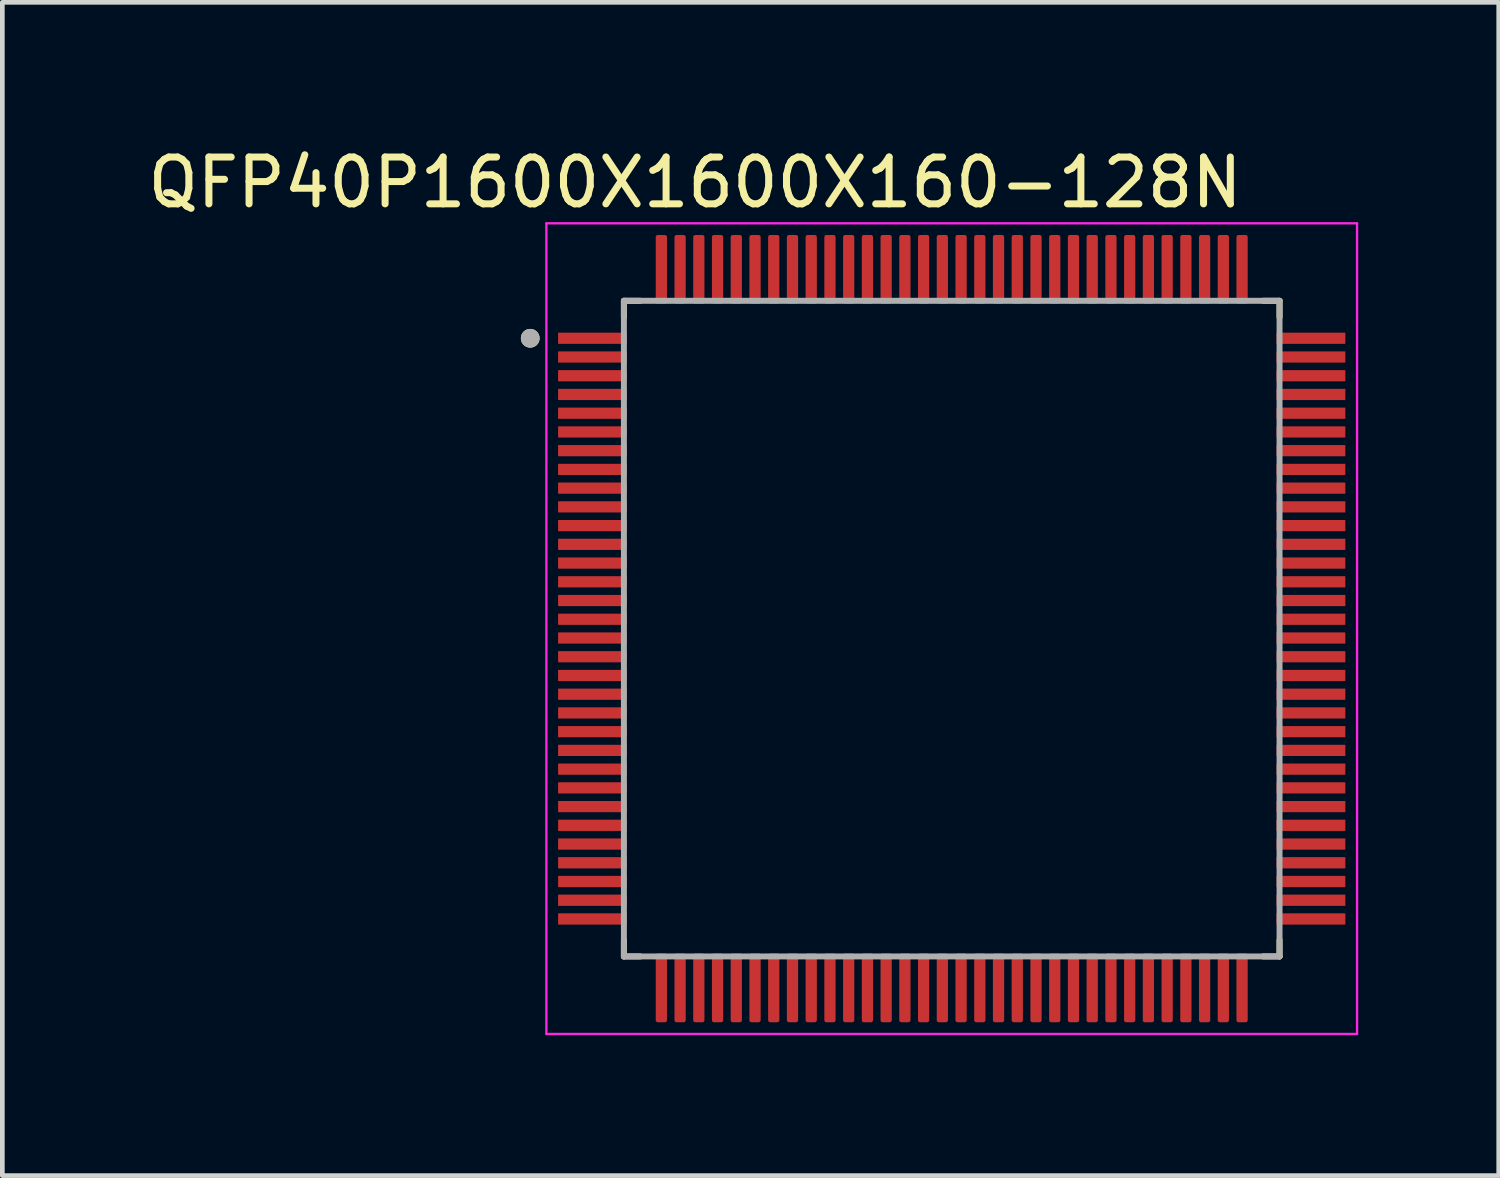
<source format=kicad_pcb>
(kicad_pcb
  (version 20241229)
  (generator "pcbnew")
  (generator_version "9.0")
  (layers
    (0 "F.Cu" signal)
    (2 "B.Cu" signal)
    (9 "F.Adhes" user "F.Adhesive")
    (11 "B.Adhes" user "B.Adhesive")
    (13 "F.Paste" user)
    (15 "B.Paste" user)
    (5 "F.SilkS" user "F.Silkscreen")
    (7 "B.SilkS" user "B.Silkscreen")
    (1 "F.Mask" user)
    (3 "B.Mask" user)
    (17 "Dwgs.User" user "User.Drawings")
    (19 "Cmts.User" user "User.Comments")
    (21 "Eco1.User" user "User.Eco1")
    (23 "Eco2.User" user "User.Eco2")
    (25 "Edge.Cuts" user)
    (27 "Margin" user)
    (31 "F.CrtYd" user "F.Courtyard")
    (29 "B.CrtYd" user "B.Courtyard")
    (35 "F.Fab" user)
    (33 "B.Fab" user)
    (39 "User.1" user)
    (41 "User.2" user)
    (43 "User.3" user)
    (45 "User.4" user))
  (footprint "QFP40P1600X1600X160-128N"
    (layer "F.Cu")
    (at 17.272 10.373)
    (property "Reference" "QFP40P1600X1600X160-128N" (at -5.48 -9.525 0) (layer "F.SilkS") (effects (font (size 1 1) (thickness 0.15))))
    (attr smd)
    (fp_line (start -7 -7) (end -7 -6.65) (stroke (width 0.127) (type solid)) (layer "F.SilkS"))
    (fp_line (start -7 -7) (end -6.65 -7) (stroke (width 0.127) (type solid)) (layer "F.SilkS"))
    (fp_line (start -7 6.65) (end -7 7) (stroke (width 0.127) (type solid)) (layer "F.SilkS"))
    (fp_line (start -7 7) (end -6.65 7) (stroke (width 0.127) (type solid)) (layer "F.SilkS"))
    (fp_line (start 6.65 -7) (end 7 -7) (stroke (width 0.127) (type solid)) (layer "F.SilkS"))
    (fp_line (start 6.65 7) (end 7 7) (stroke (width 0.127) (type solid)) (layer "F.SilkS"))
    (fp_line (start 7 -7) (end 7 -6.65) (stroke (width 0.127) (type solid)) (layer "F.SilkS"))
    (fp_line (start 7 7) (end 7 6.65) (stroke (width 0.127) (type solid)) (layer "F.SilkS"))
    (fp_circle (center -9 -6.2) (end -8.9 -6.2) (stroke (width 0.2) (type solid)) (fill no) (layer "F.SilkS"))
    (fp_line (start -8.655 -8.655) (end 8.655 -8.655) (stroke (width 0.05) (type solid)) (layer "F.CrtYd"))
    (fp_line (start -8.655 8.655) (end -8.655 -8.655) (stroke (width 0.05) (type solid)) (layer "F.CrtYd"))
    (fp_line (start 8.655 -8.655) (end 8.655 8.655) (stroke (width 0.05) (type solid)) (layer "F.CrtYd"))
    (fp_line (start 8.655 8.655) (end -8.655 8.655) (stroke (width 0.05) (type solid)) (layer "F.CrtYd"))
    (fp_line (start -7 -7) (end 7 -7) (stroke (width 0.127) (type solid)) (layer "F.Fab"))
    (fp_line (start -7 7) (end -7 -7) (stroke (width 0.127) (type solid)) (layer "F.Fab"))
    (fp_line (start 7 -7) (end 7 7) (stroke (width 0.127) (type solid)) (layer "F.Fab"))
    (fp_line (start 7 7) (end -7 7) (stroke (width 0.127) (type solid)) (layer "F.Fab"))
    (fp_circle (center -9 -6.2) (end -8.9 -6.2) (stroke (width 0.2) (type solid)) (fill no) (layer "F.Fab"))
    (pad "1" smd roundrect (at -7.67 -6.2) (size 1.47 0.24) (layers "F.Cu" "F.Mask" "F.Paste") (roundrect_rratio 0.03))
    (pad "2" smd roundrect (at -7.67 -5.8) (size 1.47 0.24) (layers "F.Cu" "F.Mask" "F.Paste") (roundrect_rratio 0.03))
    (pad "3" smd roundrect (at -7.67 -5.4) (size 1.47 0.24) (layers "F.Cu" "F.Mask" "F.Paste") (roundrect_rratio 0.03))
    (pad "4" smd roundrect (at -7.67 -5) (size 1.47 0.24) (layers "F.Cu" "F.Mask" "F.Paste") (roundrect_rratio 0.03))
    (pad "5" smd roundrect (at -7.67 -4.6) (size 1.47 0.24) (layers "F.Cu" "F.Mask" "F.Paste") (roundrect_rratio 0.03))
    (pad "6" smd roundrect (at -7.67 -4.2) (size 1.47 0.24) (layers "F.Cu" "F.Mask" "F.Paste") (roundrect_rratio 0.03))
    (pad "7" smd roundrect (at -7.67 -3.8) (size 1.47 0.24) (layers "F.Cu" "F.Mask" "F.Paste") (roundrect_rratio 0.03))
    (pad "8" smd roundrect (at -7.67 -3.4) (size 1.47 0.24) (layers "F.Cu" "F.Mask" "F.Paste") (roundrect_rratio 0.03))
    (pad "9" smd roundrect (at -7.67 -3) (size 1.47 0.24) (layers "F.Cu" "F.Mask" "F.Paste") (roundrect_rratio 0.03))
    (pad "10" smd roundrect (at -7.67 -2.6) (size 1.47 0.24) (layers "F.Cu" "F.Mask" "F.Paste") (roundrect_rratio 0.03))
    (pad "11" smd roundrect (at -7.67 -2.2) (size 1.47 0.24) (layers "F.Cu" "F.Mask" "F.Paste") (roundrect_rratio 0.03))
    (pad "12" smd roundrect (at -7.67 -1.8) (size 1.47 0.24) (layers "F.Cu" "F.Mask" "F.Paste") (roundrect_rratio 0.03))
    (pad "13" smd roundrect (at -7.67 -1.4) (size 1.47 0.24) (layers "F.Cu" "F.Mask" "F.Paste") (roundrect_rratio 0.03))
    (pad "14" smd roundrect (at -7.67 -1) (size 1.47 0.24) (layers "F.Cu" "F.Mask" "F.Paste") (roundrect_rratio 0.03))
    (pad "15" smd roundrect (at -7.67 -0.6) (size 1.47 0.24) (layers "F.Cu" "F.Mask" "F.Paste") (roundrect_rratio 0.03))
    (pad "16" smd roundrect (at -7.67 -0.2) (size 1.47 0.24) (layers "F.Cu" "F.Mask" "F.Paste") (roundrect_rratio 0.03))
    (pad "17" smd roundrect (at -7.67 0.2) (size 1.47 0.24) (layers "F.Cu" "F.Mask" "F.Paste") (roundrect_rratio 0.03))
    (pad "18" smd roundrect (at -7.67 0.6) (size 1.47 0.24) (layers "F.Cu" "F.Mask" "F.Paste") (roundrect_rratio 0.03))
    (pad "19" smd roundrect (at -7.67 1) (size 1.47 0.24) (layers "F.Cu" "F.Mask" "F.Paste") (roundrect_rratio 0.03))
    (pad "20" smd roundrect (at -7.67 1.4) (size 1.47 0.24) (layers "F.Cu" "F.Mask" "F.Paste") (roundrect_rratio 0.03))
    (pad "21" smd roundrect (at -7.67 1.8) (size 1.47 0.24) (layers "F.Cu" "F.Mask" "F.Paste") (roundrect_rratio 0.03))
    (pad "22" smd roundrect (at -7.67 2.2) (size 1.47 0.24) (layers "F.Cu" "F.Mask" "F.Paste") (roundrect_rratio 0.03))
    (pad "23" smd roundrect (at -7.67 2.6) (size 1.47 0.24) (layers "F.Cu" "F.Mask" "F.Paste") (roundrect_rratio 0.03))
    (pad "24" smd roundrect (at -7.67 3) (size 1.47 0.24) (layers "F.Cu" "F.Mask" "F.Paste") (roundrect_rratio 0.03))
    (pad "25" smd roundrect (at -7.67 3.4) (size 1.47 0.24) (layers "F.Cu" "F.Mask" "F.Paste") (roundrect_rratio 0.03))
    (pad "26" smd roundrect (at -7.67 3.8) (size 1.47 0.24) (layers "F.Cu" "F.Mask" "F.Paste") (roundrect_rratio 0.03))
    (pad "27" smd roundrect (at -7.67 4.2) (size 1.47 0.24) (layers "F.Cu" "F.Mask" "F.Paste") (roundrect_rratio 0.03))
    (pad "28" smd roundrect (at -7.67 4.6) (size 1.47 0.24) (layers "F.Cu" "F.Mask" "F.Paste") (roundrect_rratio 0.03))
    (pad "29" smd roundrect (at -7.67 5) (size 1.47 0.24) (layers "F.Cu" "F.Mask" "F.Paste") (roundrect_rratio 0.03))
    (pad "30" smd roundrect (at -7.67 5.4) (size 1.47 0.24) (layers "F.Cu" "F.Mask" "F.Paste") (roundrect_rratio 0.03))
    (pad "31" smd roundrect (at -7.67 5.8) (size 1.47 0.24) (layers "F.Cu" "F.Mask" "F.Paste") (roundrect_rratio 0.03))
    (pad "32" smd roundrect (at -7.67 6.2) (size 1.47 0.24) (layers "F.Cu" "F.Mask" "F.Paste") (roundrect_rratio 0.03))
    (pad "33" smd roundrect (at -6.2 7.67) (size 0.24 1.47) (layers "F.Cu" "F.Mask" "F.Paste") (roundrect_rratio 0.18))
    (pad "34" smd roundrect (at -5.8 7.67) (size 0.24 1.47) (layers "F.Cu" "F.Mask" "F.Paste") (roundrect_rratio 0.18))
    (pad "35" smd roundrect (at -5.4 7.67) (size 0.24 1.47) (layers "F.Cu" "F.Mask" "F.Paste") (roundrect_rratio 0.18))
    (pad "36" smd roundrect (at -5 7.67) (size 0.24 1.47) (layers "F.Cu" "F.Mask" "F.Paste") (roundrect_rratio 0.18))
    (pad "37" smd roundrect (at -4.6 7.67) (size 0.24 1.47) (layers "F.Cu" "F.Mask" "F.Paste") (roundrect_rratio 0.18))
    (pad "38" smd roundrect (at -4.2 7.67) (size 0.24 1.47) (layers "F.Cu" "F.Mask" "F.Paste") (roundrect_rratio 0.18))
    (pad "39" smd roundrect (at -3.8 7.67) (size 0.24 1.47) (layers "F.Cu" "F.Mask" "F.Paste") (roundrect_rratio 0.18))
    (pad "40" smd roundrect (at -3.4 7.67) (size 0.24 1.47) (layers "F.Cu" "F.Mask" "F.Paste") (roundrect_rratio 0.18))
    (pad "41" smd roundrect (at -3 7.67) (size 0.24 1.47) (layers "F.Cu" "F.Mask" "F.Paste") (roundrect_rratio 0.18))
    (pad "42" smd roundrect (at -2.6 7.67) (size 0.24 1.47) (layers "F.Cu" "F.Mask" "F.Paste") (roundrect_rratio 0.18))
    (pad "43" smd roundrect (at -2.2 7.67) (size 0.24 1.47) (layers "F.Cu" "F.Mask" "F.Paste") (roundrect_rratio 0.18))
    (pad "44" smd roundrect (at -1.8 7.67) (size 0.24 1.47) (layers "F.Cu" "F.Mask" "F.Paste") (roundrect_rratio 0.18))
    (pad "45" smd roundrect (at -1.4 7.67) (size 0.24 1.47) (layers "F.Cu" "F.Mask" "F.Paste") (roundrect_rratio 0.18))
    (pad "46" smd roundrect (at -1 7.67) (size 0.24 1.47) (layers "F.Cu" "F.Mask" "F.Paste") (roundrect_rratio 0.18))
    (pad "47" smd roundrect (at -0.6 7.67) (size 0.24 1.47) (layers "F.Cu" "F.Mask" "F.Paste") (roundrect_rratio 0.18))
    (pad "48" smd roundrect (at -0.2 7.67) (size 0.24 1.47) (layers "F.Cu" "F.Mask" "F.Paste") (roundrect_rratio 0.18))
    (pad "49" smd roundrect (at 0.2 7.67) (size 0.24 1.47) (layers "F.Cu" "F.Mask" "F.Paste") (roundrect_rratio 0.18))
    (pad "50" smd roundrect (at 0.6 7.67) (size 0.24 1.47) (layers "F.Cu" "F.Mask" "F.Paste") (roundrect_rratio 0.18))
    (pad "51" smd roundrect (at 1 7.67) (size 0.24 1.47) (layers "F.Cu" "F.Mask" "F.Paste") (roundrect_rratio 0.18))
    (pad "52" smd roundrect (at 1.4 7.67) (size 0.24 1.47) (layers "F.Cu" "F.Mask" "F.Paste") (roundrect_rratio 0.18))
    (pad "53" smd roundrect (at 1.8 7.67) (size 0.24 1.47) (layers "F.Cu" "F.Mask" "F.Paste") (roundrect_rratio 0.18))
    (pad "54" smd roundrect (at 2.2 7.67) (size 0.24 1.47) (layers "F.Cu" "F.Mask" "F.Paste") (roundrect_rratio 0.18))
    (pad "55" smd roundrect (at 2.6 7.67) (size 0.24 1.47) (layers "F.Cu" "F.Mask" "F.Paste") (roundrect_rratio 0.18))
    (pad "56" smd roundrect (at 3 7.67) (size 0.24 1.47) (layers "F.Cu" "F.Mask" "F.Paste") (roundrect_rratio 0.18))
    (pad "57" smd roundrect (at 3.4 7.67) (size 0.24 1.47) (layers "F.Cu" "F.Mask" "F.Paste") (roundrect_rratio 0.18))
    (pad "58" smd roundrect (at 3.8 7.67) (size 0.24 1.47) (layers "F.Cu" "F.Mask" "F.Paste") (roundrect_rratio 0.18))
    (pad "59" smd roundrect (at 4.2 7.67) (size 0.24 1.47) (layers "F.Cu" "F.Mask" "F.Paste") (roundrect_rratio 0.18))
    (pad "60" smd roundrect (at 4.6 7.67) (size 0.24 1.47) (layers "F.Cu" "F.Mask" "F.Paste") (roundrect_rratio 0.18))
    (pad "61" smd roundrect (at 5 7.67) (size 0.24 1.47) (layers "F.Cu" "F.Mask" "F.Paste") (roundrect_rratio 0.18))
    (pad "62" smd roundrect (at 5.4 7.67) (size 0.24 1.47) (layers "F.Cu" "F.Mask" "F.Paste") (roundrect_rratio 0.18))
    (pad "63" smd roundrect (at 5.8 7.67) (size 0.24 1.47) (layers "F.Cu" "F.Mask" "F.Paste") (roundrect_rratio 0.18))
    (pad "64" smd roundrect (at 6.2 7.67) (size 0.24 1.47) (layers "F.Cu" "F.Mask" "F.Paste") (roundrect_rratio 0.18))
    (pad "65" smd roundrect (at 7.67 6.2) (size 1.47 0.24) (layers "F.Cu" "F.Mask" "F.Paste") (roundrect_rratio 0.03))
    (pad "66" smd roundrect (at 7.67 5.8) (size 1.47 0.24) (layers "F.Cu" "F.Mask" "F.Paste") (roundrect_rratio 0.03))
    (pad "67" smd roundrect (at 7.67 5.4) (size 1.47 0.24) (layers "F.Cu" "F.Mask" "F.Paste") (roundrect_rratio 0.03))
    (pad "68" smd roundrect (at 7.67 5) (size 1.47 0.24) (layers "F.Cu" "F.Mask" "F.Paste") (roundrect_rratio 0.03))
    (pad "69" smd roundrect (at 7.67 4.6) (size 1.47 0.24) (layers "F.Cu" "F.Mask" "F.Paste") (roundrect_rratio 0.03))
    (pad "70" smd roundrect (at 7.67 4.2) (size 1.47 0.24) (layers "F.Cu" "F.Mask" "F.Paste") (roundrect_rratio 0.03))
    (pad "71" smd roundrect (at 7.67 3.8) (size 1.47 0.24) (layers "F.Cu" "F.Mask" "F.Paste") (roundrect_rratio 0.03))
    (pad "72" smd roundrect (at 7.67 3.4) (size 1.47 0.24) (layers "F.Cu" "F.Mask" "F.Paste") (roundrect_rratio 0.03))
    (pad "73" smd roundrect (at 7.67 3) (size 1.47 0.24) (layers "F.Cu" "F.Mask" "F.Paste") (roundrect_rratio 0.03))
    (pad "74" smd roundrect (at 7.67 2.6) (size 1.47 0.24) (layers "F.Cu" "F.Mask" "F.Paste") (roundrect_rratio 0.03))
    (pad "75" smd roundrect (at 7.67 2.2) (size 1.47 0.24) (layers "F.Cu" "F.Mask" "F.Paste") (roundrect_rratio 0.03))
    (pad "76" smd roundrect (at 7.67 1.8) (size 1.47 0.24) (layers "F.Cu" "F.Mask" "F.Paste") (roundrect_rratio 0.03))
    (pad "77" smd roundrect (at 7.67 1.4) (size 1.47 0.24) (layers "F.Cu" "F.Mask" "F.Paste") (roundrect_rratio 0.03))
    (pad "78" smd roundrect (at 7.67 1) (size 1.47 0.24) (layers "F.Cu" "F.Mask" "F.Paste") (roundrect_rratio 0.03))
    (pad "79" smd roundrect (at 7.67 0.6) (size 1.47 0.24) (layers "F.Cu" "F.Mask" "F.Paste") (roundrect_rratio 0.03))
    (pad "80" smd roundrect (at 7.67 0.2) (size 1.47 0.24) (layers "F.Cu" "F.Mask" "F.Paste") (roundrect_rratio 0.03))
    (pad "81" smd roundrect (at 7.67 -0.2) (size 1.47 0.24) (layers "F.Cu" "F.Mask" "F.Paste") (roundrect_rratio 0.03))
    (pad "82" smd roundrect (at 7.67 -0.6) (size 1.47 0.24) (layers "F.Cu" "F.Mask" "F.Paste") (roundrect_rratio 0.03))
    (pad "83" smd roundrect (at 7.67 -1) (size 1.47 0.24) (layers "F.Cu" "F.Mask" "F.Paste") (roundrect_rratio 0.03))
    (pad "84" smd roundrect (at 7.67 -1.4) (size 1.47 0.24) (layers "F.Cu" "F.Mask" "F.Paste") (roundrect_rratio 0.03))
    (pad "85" smd roundrect (at 7.67 -1.8) (size 1.47 0.24) (layers "F.Cu" "F.Mask" "F.Paste") (roundrect_rratio 0.03))
    (pad "86" smd roundrect (at 7.67 -2.2) (size 1.47 0.24) (layers "F.Cu" "F.Mask" "F.Paste") (roundrect_rratio 0.03))
    (pad "87" smd roundrect (at 7.67 -2.6) (size 1.47 0.24) (layers "F.Cu" "F.Mask" "F.Paste") (roundrect_rratio 0.03))
    (pad "88" smd roundrect (at 7.67 -3) (size 1.47 0.24) (layers "F.Cu" "F.Mask" "F.Paste") (roundrect_rratio 0.03))
    (pad "89" smd roundrect (at 7.67 -3.4) (size 1.47 0.24) (layers "F.Cu" "F.Mask" "F.Paste") (roundrect_rratio 0.03))
    (pad "90" smd roundrect (at 7.67 -3.8) (size 1.47 0.24) (layers "F.Cu" "F.Mask" "F.Paste") (roundrect_rratio 0.03))
    (pad "91" smd roundrect (at 7.67 -4.2) (size 1.47 0.24) (layers "F.Cu" "F.Mask" "F.Paste") (roundrect_rratio 0.03))
    (pad "92" smd roundrect (at 7.67 -4.6) (size 1.47 0.24) (layers "F.Cu" "F.Mask" "F.Paste") (roundrect_rratio 0.03))
    (pad "93" smd roundrect (at 7.67 -5) (size 1.47 0.24) (layers "F.Cu" "F.Mask" "F.Paste") (roundrect_rratio 0.03))
    (pad "94" smd roundrect (at 7.67 -5.4) (size 1.47 0.24) (layers "F.Cu" "F.Mask" "F.Paste") (roundrect_rratio 0.03))
    (pad "95" smd roundrect (at 7.67 -5.8) (size 1.47 0.24) (layers "F.Cu" "F.Mask" "F.Paste") (roundrect_rratio 0.03))
    (pad "96" smd roundrect (at 7.67 -6.2) (size 1.47 0.24) (layers "F.Cu" "F.Mask" "F.Paste") (roundrect_rratio 0.03))
    (pad "97" smd roundrect (at 6.2 -7.67) (size 0.24 1.47) (layers "F.Cu" "F.Mask" "F.Paste") (roundrect_rratio 0.18))
    (pad "98" smd roundrect (at 5.8 -7.67) (size 0.24 1.47) (layers "F.Cu" "F.Mask" "F.Paste") (roundrect_rratio 0.18))
    (pad "99" smd roundrect (at 5.4 -7.67) (size 0.24 1.47) (layers "F.Cu" "F.Mask" "F.Paste") (roundrect_rratio 0.18))
    (pad "100" smd roundrect (at 5 -7.67) (size 0.24 1.47) (layers "F.Cu" "F.Mask" "F.Paste") (roundrect_rratio 0.18))
    (pad "101" smd roundrect (at 4.6 -7.67) (size 0.24 1.47) (layers "F.Cu" "F.Mask" "F.Paste") (roundrect_rratio 0.18))
    (pad "102" smd roundrect (at 4.2 -7.67) (size 0.24 1.47) (layers "F.Cu" "F.Mask" "F.Paste") (roundrect_rratio 0.18))
    (pad "103" smd roundrect (at 3.8 -7.67) (size 0.24 1.47) (layers "F.Cu" "F.Mask" "F.Paste") (roundrect_rratio 0.18))
    (pad "104" smd roundrect (at 3.4 -7.67) (size 0.24 1.47) (layers "F.Cu" "F.Mask" "F.Paste") (roundrect_rratio 0.18))
    (pad "105" smd roundrect (at 3 -7.67) (size 0.24 1.47) (layers "F.Cu" "F.Mask" "F.Paste") (roundrect_rratio 0.18))
    (pad "106" smd roundrect (at 2.6 -7.67) (size 0.24 1.47) (layers "F.Cu" "F.Mask" "F.Paste") (roundrect_rratio 0.18))
    (pad "107" smd roundrect (at 2.2 -7.67) (size 0.24 1.47) (layers "F.Cu" "F.Mask" "F.Paste") (roundrect_rratio 0.18))
    (pad "108" smd roundrect (at 1.8 -7.67) (size 0.24 1.47) (layers "F.Cu" "F.Mask" "F.Paste") (roundrect_rratio 0.18))
    (pad "109" smd roundrect (at 1.4 -7.67) (size 0.24 1.47) (layers "F.Cu" "F.Mask" "F.Paste") (roundrect_rratio 0.18))
    (pad "110" smd roundrect (at 1 -7.67) (size 0.24 1.47) (layers "F.Cu" "F.Mask" "F.Paste") (roundrect_rratio 0.18))
    (pad "111" smd roundrect (at 0.6 -7.67) (size 0.24 1.47) (layers "F.Cu" "F.Mask" "F.Paste") (roundrect_rratio 0.18))
    (pad "112" smd roundrect (at 0.2 -7.67) (size 0.24 1.47) (layers "F.Cu" "F.Mask" "F.Paste") (roundrect_rratio 0.18))
    (pad "113" smd roundrect (at -0.2 -7.67) (size 0.24 1.47) (layers "F.Cu" "F.Mask" "F.Paste") (roundrect_rratio 0.18))
    (pad "114" smd roundrect (at -0.6 -7.67) (size 0.24 1.47) (layers "F.Cu" "F.Mask" "F.Paste") (roundrect_rratio 0.18))
    (pad "115" smd roundrect (at -1 -7.67) (size 0.24 1.47) (layers "F.Cu" "F.Mask" "F.Paste") (roundrect_rratio 0.18))
    (pad "116" smd roundrect (at -1.4 -7.67) (size 0.24 1.47) (layers "F.Cu" "F.Mask" "F.Paste") (roundrect_rratio 0.18))
    (pad "117" smd roundrect (at -1.8 -7.67) (size 0.24 1.47) (layers "F.Cu" "F.Mask" "F.Paste") (roundrect_rratio 0.18))
    (pad "118" smd roundrect (at -2.2 -7.67) (size 0.24 1.47) (layers "F.Cu" "F.Mask" "F.Paste") (roundrect_rratio 0.18))
    (pad "119" smd roundrect (at -2.6 -7.67) (size 0.24 1.47) (layers "F.Cu" "F.Mask" "F.Paste") (roundrect_rratio 0.18))
    (pad "120" smd roundrect (at -3 -7.67) (size 0.24 1.47) (layers "F.Cu" "F.Mask" "F.Paste") (roundrect_rratio 0.18))
    (pad "121" smd roundrect (at -3.4 -7.67) (size 0.24 1.47) (layers "F.Cu" "F.Mask" "F.Paste") (roundrect_rratio 0.18))
    (pad "122" smd roundrect (at -3.8 -7.67) (size 0.24 1.47) (layers "F.Cu" "F.Mask" "F.Paste") (roundrect_rratio 0.18))
    (pad "123" smd roundrect (at -4.2 -7.67) (size 0.24 1.47) (layers "F.Cu" "F.Mask" "F.Paste") (roundrect_rratio 0.18))
    (pad "124" smd roundrect (at -4.6 -7.67) (size 0.24 1.47) (layers "F.Cu" "F.Mask" "F.Paste") (roundrect_rratio 0.18))
    (pad "125" smd roundrect (at -5 -7.67) (size 0.24 1.47) (layers "F.Cu" "F.Mask" "F.Paste") (roundrect_rratio 0.18))
    (pad "126" smd roundrect (at -5.4 -7.67) (size 0.24 1.47) (layers "F.Cu" "F.Mask" "F.Paste") (roundrect_rratio 0.18))
    (pad "127" smd roundrect (at -5.8 -7.67) (size 0.24 1.47) (layers "F.Cu" "F.Mask" "F.Paste") (roundrect_rratio 0.18))
    (pad "128" smd roundrect (at -6.2 -7.67) (size 0.24 1.47) (layers "F.Cu" "F.Mask" "F.Paste") (roundrect_rratio 0.18)))
  (gr_rect
    (start -3 -3)
    (end 28.952 22.053)
    (stroke (width 0.1) (type default))
    (fill no)
    (layer "Edge.Cuts")))
</source>
